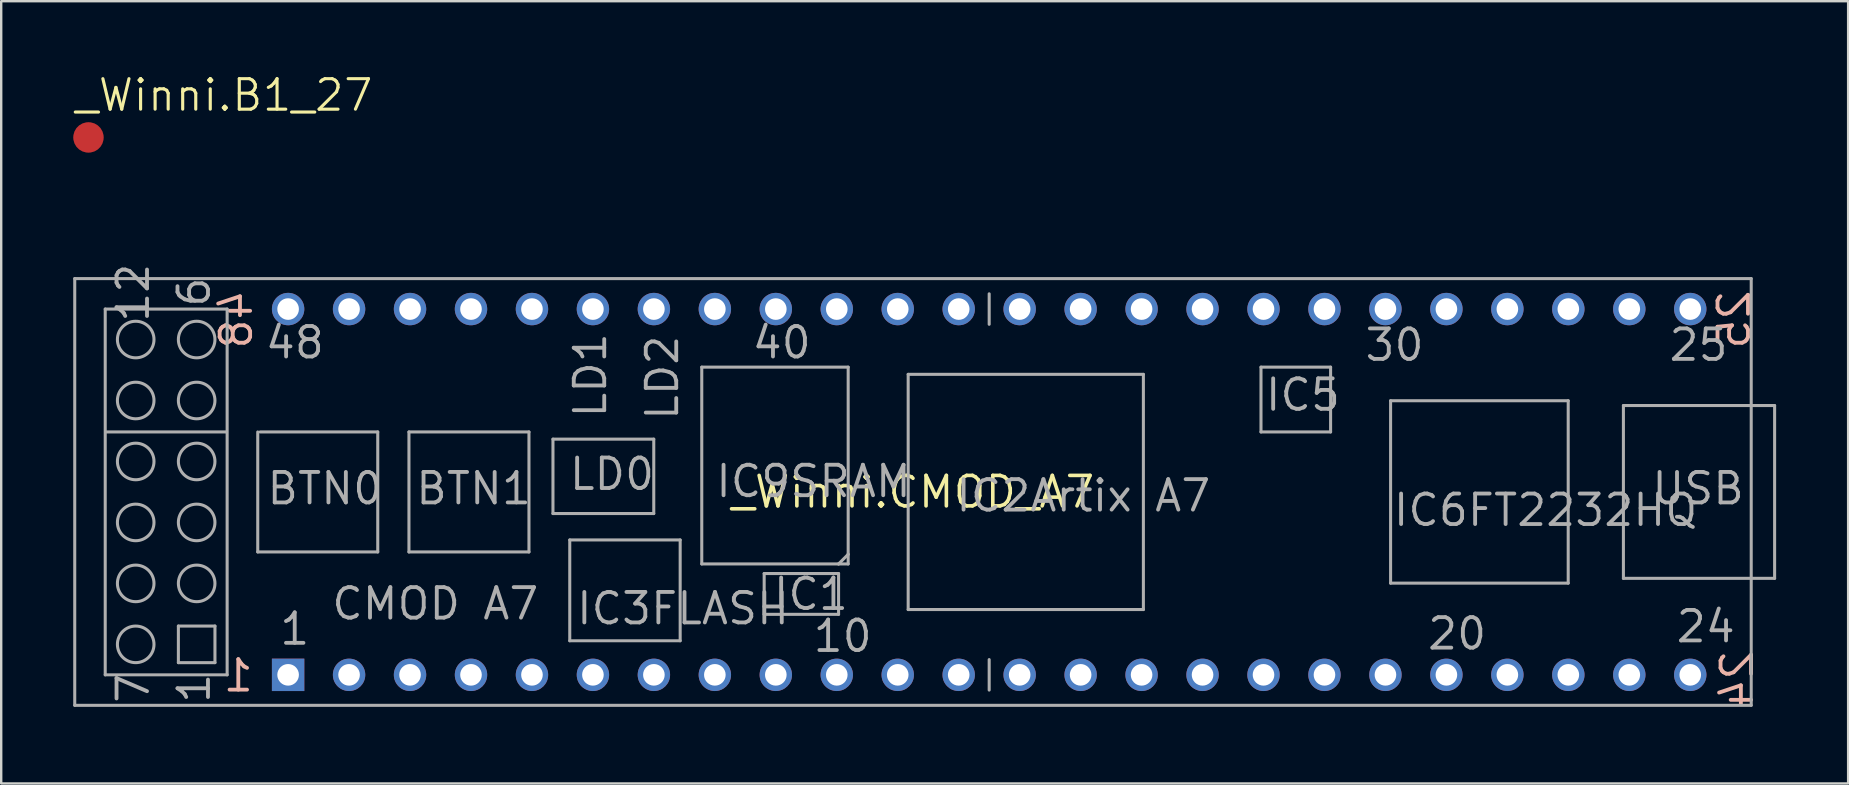
<source format=kicad_pcb>
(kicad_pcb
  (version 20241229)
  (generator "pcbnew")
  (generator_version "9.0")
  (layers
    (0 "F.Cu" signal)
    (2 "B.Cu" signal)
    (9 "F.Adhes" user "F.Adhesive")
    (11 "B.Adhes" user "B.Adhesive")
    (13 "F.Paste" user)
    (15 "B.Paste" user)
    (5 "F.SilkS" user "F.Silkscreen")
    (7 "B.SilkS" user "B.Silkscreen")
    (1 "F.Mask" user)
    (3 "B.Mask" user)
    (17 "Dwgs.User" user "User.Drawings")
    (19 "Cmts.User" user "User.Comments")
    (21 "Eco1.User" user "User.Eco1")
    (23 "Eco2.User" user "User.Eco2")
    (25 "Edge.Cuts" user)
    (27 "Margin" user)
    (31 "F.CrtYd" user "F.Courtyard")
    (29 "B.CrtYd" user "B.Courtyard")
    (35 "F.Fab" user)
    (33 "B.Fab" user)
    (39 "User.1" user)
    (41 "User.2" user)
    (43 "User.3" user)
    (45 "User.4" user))
  (footprint "_Winni.CMOD_A7"
    (layer "F.Cu")
    (at 34.989 17.447)
    (property "Reference" "_Winni.CMOD_A7" (at 0 0 0) (layer "F.SilkS") (effects (font (size 1.27 1.27) (thickness 0.15))))
    (attr through_hole)
    (fp_line (start -34.925 -8.89) (end 34.925 -8.89) (stroke (width 0.127) (type default)) (layer "F.Fab"))
    (fp_line (start -34.925 8.89) (end -34.925 -8.89) (stroke (width 0.127) (type default)) (layer "F.Fab"))
    (fp_line (start -33.655 -7.62) (end -28.575 -7.62) (stroke (width 0.127) (type default)) (layer "F.Fab"))
    (fp_line (start -33.655 7.62) (end -33.655 -7.62) (stroke (width 0.127) (type default)) (layer "F.Fab"))
    (fp_line (start -33.6 -2.5) (end -28.6 -2.5) (stroke (width 0.127) (type default)) (layer "F.Fab"))
    (fp_line (start -30.607 5.588) (end -29.083 5.588) (stroke (width 0.127) (type default)) (layer "F.Fab"))
    (fp_line (start -30.607 7.112) (end -30.607 5.588) (stroke (width 0.127) (type default)) (layer "F.Fab"))
    (fp_line (start -29.083 5.588) (end -29.083 7.112) (stroke (width 0.127) (type default)) (layer "F.Fab"))
    (fp_line (start -29.083 7.112) (end -30.607 7.112) (stroke (width 0.127) (type default)) (layer "F.Fab"))
    (fp_line (start -28.575 -7.62) (end -28.575 7.62) (stroke (width 0.127) (type default)) (layer "F.Fab"))
    (fp_line (start -28.575 7.62) (end -33.655 7.62) (stroke (width 0.127) (type default)) (layer "F.Fab"))
    (fp_line (start -27.3 2.5) (end -27.3 -2.5) (stroke (width 0.127) (type default)) (layer "F.Fab"))
    (fp_line (start -27.2 -2.5) (end -22.3 -2.5) (stroke (width 0.127) (type default)) (layer "F.Fab"))
    (fp_line (start -22.3 -2.5) (end -22.3 2.5) (stroke (width 0.127) (type default)) (layer "F.Fab"))
    (fp_line (start -22.3 2.5) (end -27.3 2.5) (stroke (width 0.127) (type default)) (layer "F.Fab"))
    (fp_line (start -21 -2.5) (end -16 -2.5) (stroke (width 0.127) (type default)) (layer "F.Fab"))
    (fp_line (start -21 2.5) (end -21 -2.5) (stroke (width 0.127) (type default)) (layer "F.Fab"))
    (fp_line (start -16 -2.5) (end -16 2.5) (stroke (width 0.127) (type default)) (layer "F.Fab"))
    (fp_line (start -16 2.5) (end -21 2.5) (stroke (width 0.127) (type default)) (layer "F.Fab"))
    (fp_line (start -15 -2.2) (end -10.8 -2.2) (stroke (width 0.127) (type default)) (layer "F.Fab"))
    (fp_line (start -15 0.9) (end -15 -2.2) (stroke (width 0.127) (type default)) (layer "F.Fab"))
    (fp_line (start -14.3 2) (end -9.7 2) (stroke (width 0.127) (type default)) (layer "F.Fab"))
    (fp_line (start -14.3 6.2) (end -14.3 2) (stroke (width 0.127) (type default)) (layer "F.Fab"))
    (fp_line (start -10.8 -2.2) (end -10.8 0.9) (stroke (width 0.127) (type default)) (layer "F.Fab"))
    (fp_line (start -10.8 0.9) (end -15 0.9) (stroke (width 0.127) (type default)) (layer "F.Fab"))
    (fp_line (start -9.7 2) (end -9.7 6.2) (stroke (width 0.127) (type default)) (layer "F.Fab"))
    (fp_line (start -9.7 6.2) (end -14.3 6.2) (stroke (width 0.127) (type default)) (layer "F.Fab"))
    (fp_line (start -8.8 -5.2) (end -8.8 3) (stroke (width 0.127) (type default)) (layer "F.Fab"))
    (fp_line (start -8.8 3) (end -3.1 3) (stroke (width 0.127) (type default)) (layer "F.Fab"))
    (fp_line (start -6.2 3.4) (end -3.1 3.4) (stroke (width 0.127) (type default)) (layer "F.Fab"))
    (fp_line (start -6.2 5.1) (end -6.2 3.4) (stroke (width 0.127) (type default)) (layer "F.Fab"))
    (fp_line (start -3.1 3) (end -2.7 2.6) (stroke (width 0.127) (type default)) (layer "F.Fab"))
    (fp_line (start -3.1 3) (end -2.7 3) (stroke (width 0.127) (type default)) (layer "F.Fab"))
    (fp_line (start -3.1 3.4) (end -3.1 5.1) (stroke (width 0.127) (type default)) (layer "F.Fab"))
    (fp_line (start -3.1 5.1) (end -6.2 5.1) (stroke (width 0.127) (type default)) (layer "F.Fab"))
    (fp_line (start -2.7 -5.2) (end -8.8 -5.2) (stroke (width 0.127) (type default)) (layer "F.Fab"))
    (fp_line (start -2.7 2.6) (end -2.7 -5.2) (stroke (width 0.127) (type default)) (layer "F.Fab"))
    (fp_line (start -2.7 3) (end -2.7 2.6) (stroke (width 0.127) (type default)) (layer "F.Fab"))
    (fp_line (start -0.2 -4.9) (end 9.6 -4.9) (stroke (width 0.127) (type default)) (layer "F.Fab"))
    (fp_line (start -0.2 4.9) (end -0.2 -4.9) (stroke (width 0.127) (type default)) (layer "F.Fab"))
    (fp_line (start 3.175 -8.255) (end 3.175 -6.985) (stroke (width 0.127) (type default)) (layer "F.Fab"))
    (fp_line (start 3.175 8.255) (end 3.175 6.985) (stroke (width 0.127) (type default)) (layer "F.Fab"))
    (fp_line (start 9.6 -4.9) (end 9.6 4.9) (stroke (width 0.127) (type default)) (layer "F.Fab"))
    (fp_line (start 9.6 4.9) (end -0.2 4.9) (stroke (width 0.127) (type default)) (layer "F.Fab"))
    (fp_line (start 14.5 -5.2) (end 14.5 -2.5) (stroke (width 0.127) (type default)) (layer "F.Fab"))
    (fp_line (start 14.5 -2.5) (end 17.4 -2.5) (stroke (width 0.127) (type default)) (layer "F.Fab"))
    (fp_line (start 17.4 -5.2) (end 14.5 -5.2) (stroke (width 0.127) (type default)) (layer "F.Fab"))
    (fp_line (start 17.4 -2.5) (end 17.4 -5.2) (stroke (width 0.127) (type default)) (layer "F.Fab"))
    (fp_line (start 19.9 -3.8) (end 27.3 -3.8) (stroke (width 0.127) (type default)) (layer "F.Fab"))
    (fp_line (start 19.9 3.8) (end 19.9 -3.8) (stroke (width 0.127) (type default)) (layer "F.Fab"))
    (fp_line (start 27.3 -3.8) (end 27.3 3.8) (stroke (width 0.127) (type default)) (layer "F.Fab"))
    (fp_line (start 27.3 3.8) (end 19.9 3.8) (stroke (width 0.127) (type default)) (layer "F.Fab"))
    (fp_line (start 29.6 -3.6) (end 35.9 -3.6) (stroke (width 0.127) (type default)) (layer "F.Fab"))
    (fp_line (start 29.6 3.6) (end 29.6 -3.6) (stroke (width 0.127) (type default)) (layer "F.Fab"))
    (fp_line (start 34.925 -8.89) (end 34.925 8.89) (stroke (width 0.127) (type default)) (layer "F.Fab"))
    (fp_line (start 34.925 8.89) (end -34.925 8.89) (stroke (width 0.127) (type default)) (layer "F.Fab"))
    (fp_line (start 35.9 -3.6) (end 35.9 3.6) (stroke (width 0.127) (type default)) (layer "F.Fab"))
    (fp_line (start 35.9 3.6) (end 29.6 3.6) (stroke (width 0.127) (type default)) (layer "F.Fab"))
    (fp_circle (center -32.385 -6.35) (end -31.623 -6.35) (stroke (width 0.127) (type default)) (fill no) (layer "F.Fab"))
    (fp_circle (center -32.385 -3.81) (end -31.623 -3.81) (stroke (width 0.127) (type default)) (fill no) (layer "F.Fab"))
    (fp_circle (center -32.385 -1.27) (end -31.623 -1.27) (stroke (width 0.127) (type default)) (fill no) (layer "F.Fab"))
    (fp_circle (center -32.385 1.27) (end -31.623 1.27) (stroke (width 0.127) (type default)) (fill no) (layer "F.Fab"))
    (fp_circle (center -32.385 3.81) (end -31.623 3.81) (stroke (width 0.127) (type default)) (fill no) (layer "F.Fab"))
    (fp_circle (center -32.385 6.35) (end -31.623 6.35) (stroke (width 0.127) (type default)) (fill no) (layer "F.Fab"))
    (fp_circle (center -29.845 -6.35) (end -29.083 -6.35) (stroke (width 0.127) (type default)) (fill no) (layer "F.Fab"))
    (fp_circle (center -29.845 -3.81) (end -29.083 -3.81) (stroke (width 0.127) (type default)) (fill no) (layer "F.Fab"))
    (fp_circle (center -29.845 -1.27) (end -29.083 -1.27) (stroke (width 0.127) (type default)) (fill no) (layer "F.Fab"))
    (fp_circle (center -29.845 1.27) (end -29.083 1.27) (stroke (width 0.127) (type default)) (fill no) (layer "F.Fab"))
    (fp_circle (center -29.845 3.81) (end -29.083 3.81) (stroke (width 0.127) (type default)) (fill no) (layer "F.Fab"))
    (fp_text user "48" (at -27.454 -8.5 270) (layer "B.SilkS") (effects (font (size 1.27 1.27) (thickness 0.16)) (justify left bottom mirror)))
    (fp_text user "25" (at 34.954 -8.5 270) (layer "B.SilkS") (effects (font (size 1.27 1.27) (thickness 0.16)) (justify left bottom mirror)))
    (fp_text user "24" (at 35.081 6.5 270) (layer "B.SilkS") (effects (font (size 1.27 1.27) (thickness 0.16)) (justify left bottom mirror)))
    (fp_text user "1" (at -27.4 8.4 0) (layer "B.SilkS") (effects (font (size 1.27 1.27) (thickness 0.16)) (justify left bottom mirror)))
    (fp_text user "48" (at -27.07 -5.48 0) (layer "F.Fab") (effects (font (size 1.27 1.27) (thickness 0.16)) (justify left bottom)))
    (fp_text user "6" (at -29.21 -7.62 90) (layer "F.Fab") (effects (font (size 1.27 1.27) (thickness 0.16)) (justify left bottom)))
    (fp_text user "CMOD A7" (at -24.3 5.4 0) (layer "F.Fab") (effects (font (size 1.27 1.27) (thickness 0.16)) (justify left bottom)))
    (fp_text user "7" (at -31.75 8.89 90) (layer "F.Fab") (effects (font (size 1.27 1.27) (thickness 0.16)) (justify left bottom)))
    (fp_text user "IC3FLASH" (at -14.1 5.6 0) (layer "F.Fab") (effects (font (size 1.27 1.27) (thickness 0.16)) (justify left bottom)))
    (fp_text user "IC5" (at 14.6 -3.3 0) (layer "F.Fab") (effects (font (size 1.27 1.27) (thickness 0.16)) (justify left bottom)))
    (fp_text user "IC6FT2232HQ" (at 19.93 1.5 0) (layer "F.Fab") (effects (font (size 1.27 1.27) (thickness 0.16)) (justify left bottom)))
    (fp_text user "24" (at 31.715 6.35 0) (layer "F.Fab") (effects (font (size 1.27 1.27) (thickness 0.16)) (justify left bottom)))
    (fp_text user "USB" (at 30.7 0.6 0) (layer "F.Fab") (effects (font (size 1.27 1.27) (thickness 0.16)) (justify left bottom)))
    (fp_text user "40" (at -6.785 -5.48 0) (layer "F.Fab") (effects (font (size 1.27 1.27) (thickness 0.16)) (justify left bottom)))
    (fp_text user "BTN1" (at -20.8 0.6 0) (layer "F.Fab") (effects (font (size 1.27 1.27) (thickness 0.16)) (justify left bottom)))
    (fp_text user "25" (at 31.415 -5.38 0) (layer "F.Fab") (effects (font (size 1.27 1.27) (thickness 0.16)) (justify left bottom)))
    (fp_text user "IC9SRAM" (at -8.3 0.3 0) (layer "F.Fab") (effects (font (size 1.27 1.27) (thickness 0.16)) (justify left bottom)))
    (fp_text user "12" (at -31.75 -6.985 90) (layer "F.Fab") (effects (font (size 1.27 1.27) (thickness 0.16)) (justify left bottom)))
    (fp_text user "30" (at 18.75 -5.38 0) (layer "F.Fab") (effects (font (size 1.27 1.27) (thickness 0.16)) (justify left bottom)))
    (fp_text user "20" (at 21.355 6.65 0) (layer "F.Fab") (effects (font (size 1.27 1.27) (thickness 0.16)) (justify left bottom)))
    (fp_text user "LD1" (at -12.7 -3 90) (layer "F.Fab") (effects (font (size 1.27 1.27) (thickness 0.16)) (justify left bottom)))
    (fp_text user "IC2Artix A7" (at 1.7 0.9 0) (layer "F.Fab") (effects (font (size 1.27 1.27) (thickness 0.16)) (justify left bottom)))
    (fp_text user "LD2" (at -9.7 -2.9 90) (layer "F.Fab") (effects (font (size 1.27 1.27) (thickness 0.16)) (justify left bottom)))
    (fp_text user "1" (at -29.21 8.89 90) (layer "F.Fab") (effects (font (size 1.27 1.27) (thickness 0.16)) (justify left bottom)))
    (fp_text user "10" (at -4.245 6.75 0) (layer "F.Fab") (effects (font (size 1.27 1.27) (thickness 0.16)) (justify left bottom)))
    (fp_text user "1" (at -26.47 6.45 0) (layer "F.Fab") (effects (font (size 1.27 1.27) (thickness 0.16)) (justify left bottom)))
    (fp_text user "LD0" (at -14.4 0 0) (layer "F.Fab") (effects (font (size 1.27 1.27) (thickness 0.16)) (justify left bottom)))
    (fp_text user "IC1" (at -5.9 5 0) (layer "F.Fab") (effects (font (size 1.27 1.27) (thickness 0.16)) (justify left bottom)))
    (fp_text user "BTN0" (at -27 0.6 0) (layer "F.Fab") (effects (font (size 1.27 1.27) (thickness 0.16)) (justify left bottom)))
    (pad "P$1" thru_hole rect (at -26.035 7.62) (size 1.35 1.35) (drill 0.9) (layers "*.Cu" "*.Mask"))
    (pad "P$2" thru_hole circle (at -23.495 7.62) (size 1.35 1.35) (drill 0.9) (layers "*.Cu" "*.Mask"))
    (pad "P$3" thru_hole circle (at -20.955 7.62) (size 1.35 1.35) (drill 0.9) (layers "*.Cu" "*.Mask"))
    (pad "P$4" thru_hole circle (at -18.415 7.62) (size 1.35 1.35) (drill 0.9) (layers "*.Cu" "*.Mask"))
    (pad "P$5" thru_hole circle (at -15.875 7.62) (size 1.35 1.35) (drill 0.9) (layers "*.Cu" "*.Mask"))
    (pad "P$6" thru_hole circle (at -13.335 7.62) (size 1.35 1.35) (drill 0.9) (layers "*.Cu" "*.Mask"))
    (pad "P$7" thru_hole circle (at -10.795 7.62) (size 1.35 1.35) (drill 0.9) (layers "*.Cu" "*.Mask"))
    (pad "P$8" thru_hole circle (at -8.255 7.62) (size 1.35 1.35) (drill 0.9) (layers "*.Cu" "*.Mask"))
    (pad "P$9" thru_hole circle (at -5.715 7.62) (size 1.35 1.35) (drill 0.9) (layers "*.Cu" "*.Mask"))
    (pad "P$10" thru_hole circle (at -3.175 7.62) (size 1.35 1.35) (drill 0.9) (layers "*.Cu" "*.Mask"))
    (pad "P$11" thru_hole circle (at -0.635 7.62) (size 1.35 1.35) (drill 0.9) (layers "*.Cu" "*.Mask"))
    (pad "P$12" thru_hole circle (at 1.905 7.62) (size 1.35 1.35) (drill 0.9) (layers "*.Cu" "*.Mask"))
    (pad "P$13" thru_hole circle (at 4.445 7.62) (size 1.35 1.35) (drill 0.9) (layers "*.Cu" "*.Mask"))
    (pad "P$14" thru_hole circle (at 6.985 7.62) (size 1.35 1.35) (drill 0.9) (layers "*.Cu" "*.Mask"))
    (pad "P$15" thru_hole circle (at 9.525 7.62) (size 1.35 1.35) (drill 0.9) (layers "*.Cu" "*.Mask"))
    (pad "P$16" thru_hole circle (at 12.065 7.62) (size 1.35 1.35) (drill 0.9) (layers "*.Cu" "*.Mask"))
    (pad "P$17" thru_hole circle (at 14.605 7.62) (size 1.35 1.35) (drill 0.9) (layers "*.Cu" "*.Mask"))
    (pad "P$18" thru_hole circle (at 17.145 7.62) (size 1.35 1.35) (drill 0.9) (layers "*.Cu" "*.Mask"))
    (pad "P$19" thru_hole circle (at 19.685 7.62) (size 1.35 1.35) (drill 0.9) (layers "*.Cu" "*.Mask"))
    (pad "P$20" thru_hole circle (at 22.225 7.62) (size 1.35 1.35) (drill 0.9) (layers "*.Cu" "*.Mask"))
    (pad "P$21" thru_hole circle (at 24.765 7.62) (size 1.35 1.35) (drill 0.9) (layers "*.Cu" "*.Mask"))
    (pad "P$22" thru_hole circle (at 27.305 7.62) (size 1.35 1.35) (drill 0.9) (layers "*.Cu" "*.Mask"))
    (pad "P$23" thru_hole circle (at 29.845 7.62) (size 1.35 1.35) (drill 0.9) (layers "*.Cu" "*.Mask"))
    (pad "P$24" thru_hole circle (at 32.385 7.62) (size 1.35 1.35) (drill 0.9) (layers "*.Cu" "*.Mask"))
    (pad "P$25" thru_hole circle (at 32.385 -7.62) (size 1.35 1.35) (drill 0.9) (layers "*.Cu" "*.Mask"))
    (pad "P$26" thru_hole circle (at 29.845 -7.62) (size 1.35 1.35) (drill 0.9) (layers "*.Cu" "*.Mask"))
    (pad "P$27" thru_hole circle (at 27.305 -7.62) (size 1.35 1.35) (drill 0.9) (layers "*.Cu" "*.Mask"))
    (pad "P$28" thru_hole circle (at 24.765 -7.62) (size 1.35 1.35) (drill 0.9) (layers "*.Cu" "*.Mask"))
    (pad "P$29" thru_hole circle (at 22.225 -7.62) (size 1.35 1.35) (drill 0.9) (layers "*.Cu" "*.Mask"))
    (pad "P$30" thru_hole circle (at 19.685 -7.62) (size 1.35 1.35) (drill 0.9) (layers "*.Cu" "*.Mask"))
    (pad "P$31" thru_hole circle (at 17.145 -7.62) (size 1.35 1.35) (drill 0.9) (layers "*.Cu" "*.Mask"))
    (pad "P$32" thru_hole circle (at 14.605 -7.62) (size 1.35 1.35) (drill 0.9) (layers "*.Cu" "*.Mask"))
    (pad "P$33" thru_hole circle (at 12.065 -7.62) (size 1.35 1.35) (drill 0.9) (layers "*.Cu" "*.Mask"))
    (pad "P$34" thru_hole circle (at 9.525 -7.62) (size 1.35 1.35) (drill 0.9) (layers "*.Cu" "*.Mask"))
    (pad "P$35" thru_hole circle (at 6.985 -7.62) (size 1.35 1.35) (drill 0.9) (layers "*.Cu" "*.Mask"))
    (pad "P$36" thru_hole circle (at 4.445 -7.62) (size 1.35 1.35) (drill 0.9) (layers "*.Cu" "*.Mask"))
    (pad "P$37" thru_hole circle (at 1.905 -7.62) (size 1.35 1.35) (drill 0.9) (layers "*.Cu" "*.Mask"))
    (pad "P$38" thru_hole circle (at -0.635 -7.62) (size 1.35 1.35) (drill 0.9) (layers "*.Cu" "*.Mask"))
    (pad "P$39" thru_hole circle (at -3.175 -7.62) (size 1.35 1.35) (drill 0.9) (layers "*.Cu" "*.Mask"))
    (pad "P$40" thru_hole circle (at -5.715 -7.62) (size 1.35 1.35) (drill 0.9) (layers "*.Cu" "*.Mask"))
    (pad "P$41" thru_hole circle (at -8.255 -7.62) (size 1.35 1.35) (drill 0.9) (layers "*.Cu" "*.Mask"))
    (pad "P$42" thru_hole circle (at -10.795 -7.62) (size 1.35 1.35) (drill 0.9) (layers "*.Cu" "*.Mask"))
    (pad "P$43" thru_hole circle (at -13.335 -7.62) (size 1.35 1.35) (drill 0.9) (layers "*.Cu" "*.Mask"))
    (pad "P$44" thru_hole circle (at -15.875 -7.62) (size 1.35 1.35) (drill 0.9) (layers "*.Cu" "*.Mask"))
    (pad "P$45" thru_hole circle (at -18.415 -7.62) (size 1.35 1.35) (drill 0.9) (layers "*.Cu" "*.Mask"))
    (pad "P$46" thru_hole circle (at -20.955 -7.62) (size 1.35 1.35) (drill 0.9) (layers "*.Cu" "*.Mask"))
    (pad "P$47" thru_hole circle (at -23.495 -7.62) (size 1.35 1.35) (drill 0.9) (layers "*.Cu" "*.Mask"))
    (pad "P$48" thru_hole circle (at -26.035 -7.62) (size 1.35 1.35) (drill 0.9) (layers "*.Cu" "*.Mask")))
  (footprint "_Winni.B1_27"
    (layer "F.Cu")
    (at 0.636 2.676)
    (property "Reference" "_Winni.B1_27" (at -0.635 -1.016 0) (layer "F.SilkS") (effects (font (size 1.27 1.27) (thickness 0.13)) (justify left bottom)))
    (attr smd)
    (fp_line (start -0.635 0) (end 0.635 0) (stroke (width 0.002) (type default)) (layer "Eco1.User"))
    (fp_line (start 0 -0.635) (end 0 0.635) (stroke (width 0.002) (type default)) (layer "Eco1.User"))
    (fp_text user ">TP_SIGNAL_NAME" (at -0.635 1.905 0) (layer "Eco1.User") (effects (font (size 1 1) (thickness 0.13)) (justify left bottom)))
    (pad "TP" smd roundrect (at 0 0) (size 1.27 1.27) (layers "F.Cu" "F.Mask" "F.Paste") (roundrect_rratio 0.5)))
  (gr_rect
    (start -3 -3)
    (end 73.952 29.592)
    (stroke (width 0.1) (type default))
    (fill no)
    (layer "Edge.Cuts")))
</source>
